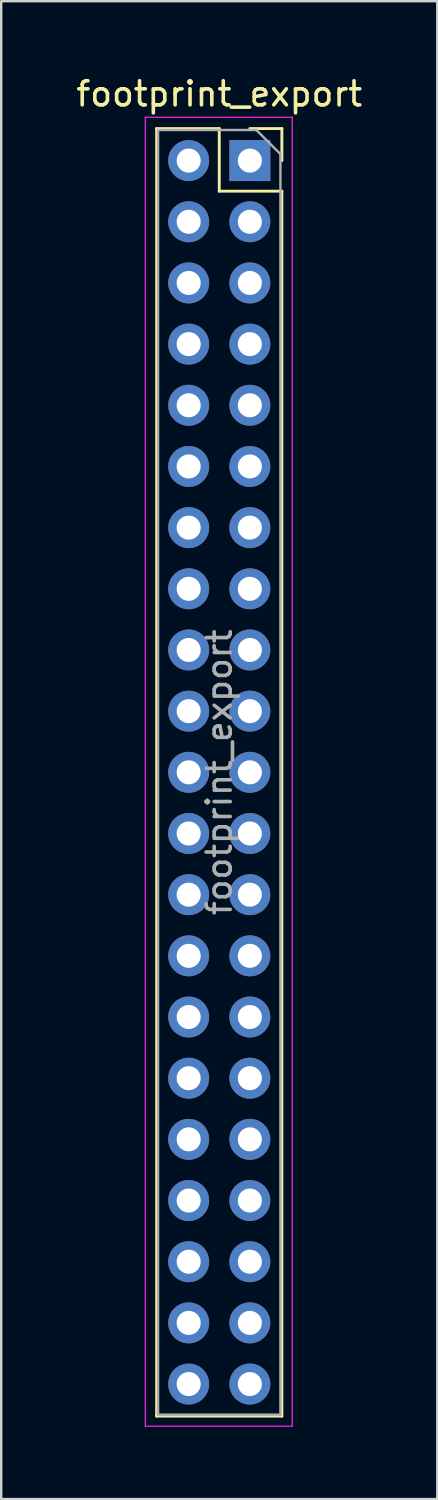
<source format=kicad_pcb>
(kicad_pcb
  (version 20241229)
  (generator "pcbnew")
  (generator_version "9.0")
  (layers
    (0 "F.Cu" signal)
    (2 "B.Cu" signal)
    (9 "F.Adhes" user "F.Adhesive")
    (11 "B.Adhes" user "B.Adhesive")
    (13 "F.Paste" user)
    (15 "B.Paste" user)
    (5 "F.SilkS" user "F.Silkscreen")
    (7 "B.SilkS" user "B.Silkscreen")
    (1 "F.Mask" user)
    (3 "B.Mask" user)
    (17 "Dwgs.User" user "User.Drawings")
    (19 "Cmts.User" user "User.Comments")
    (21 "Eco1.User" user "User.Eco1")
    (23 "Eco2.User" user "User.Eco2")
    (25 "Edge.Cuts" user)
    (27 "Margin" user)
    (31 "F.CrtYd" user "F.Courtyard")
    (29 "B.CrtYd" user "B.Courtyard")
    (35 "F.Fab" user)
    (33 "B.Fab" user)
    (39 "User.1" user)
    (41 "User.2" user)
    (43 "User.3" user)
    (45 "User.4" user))
  (footprint "footprint_export"
    (layer "F.Cu")
    (at 7.324 3.618)
    (property "Reference" "footprint_export" (at -1.27 -2.77 0) (layer "F.SilkS") (effects (font (size 1 1) (thickness 0.15))))
    (attr through_hole)
    (fp_line (start -3.87 -1.33) (end -3.87 52.13) (stroke (width 0.12) (type solid)) (layer "F.SilkS"))
    (fp_line (start -3.87 -1.33) (end -1.27 -1.33) (stroke (width 0.12) (type solid)) (layer "F.SilkS"))
    (fp_line (start -3.87 52.13) (end 1.33 52.13) (stroke (width 0.12) (type solid)) (layer "F.SilkS"))
    (fp_line (start -1.27 -1.33) (end -1.27 1.27) (stroke (width 0.12) (type solid)) (layer "F.SilkS"))
    (fp_line (start -1.27 1.27) (end 1.33 1.27) (stroke (width 0.12) (type solid)) (layer "F.SilkS"))
    (fp_line (start 0 -1.33) (end 1.33 -1.33) (stroke (width 0.12) (type solid)) (layer "F.SilkS"))
    (fp_line (start 1.33 -1.33) (end 1.33 0) (stroke (width 0.12) (type solid)) (layer "F.SilkS"))
    (fp_line (start 1.33 1.27) (end 1.33 52.13) (stroke (width 0.12) (type solid)) (layer "F.SilkS"))
    (fp_line (start -4.34 -1.8) (end 1.76 -1.8) (stroke (width 0.05) (type solid)) (layer "F.CrtYd"))
    (fp_line (start -4.34 52.55) (end -4.34 -1.8) (stroke (width 0.05) (type solid)) (layer "F.CrtYd"))
    (fp_line (start 1.76 -1.8) (end 1.76 52.55) (stroke (width 0.05) (type solid)) (layer "F.CrtYd"))
    (fp_line (start 1.76 52.55) (end -4.34 52.55) (stroke (width 0.05) (type solid)) (layer "F.CrtYd"))
    (fp_line (start -3.81 -1.27) (end 0.27 -1.27) (stroke (width 0.1) (type solid)) (layer "F.Fab"))
    (fp_line (start -3.81 52.07) (end -3.81 -1.27) (stroke (width 0.1) (type solid)) (layer "F.Fab"))
    (fp_line (start 0.27 -1.27) (end 1.27 -0.27) (stroke (width 0.1) (type solid)) (layer "F.Fab"))
    (fp_line (start 1.27 -0.27) (end 1.27 52.07) (stroke (width 0.1) (type solid)) (layer "F.Fab"))
    (fp_line (start 1.27 52.07) (end -3.81 52.07) (stroke (width 0.1) (type solid)) (layer "F.Fab"))
    (fp_text user "${REFERENCE}" (at -1.27 25.4 90) (layer "F.Fab") (effects (font (size 1 1) (thickness 0.15))))
    (pad "1" thru_hole rect (at 0 0) (size 1.7 1.7) (drill 1) (layers "*.Cu" "*.Mask"))
    (pad "2" thru_hole oval (at -2.54 0) (size 1.7 1.7) (drill 1) (layers "*.Cu" "*.Mask"))
    (pad "3" thru_hole oval (at 0 2.54) (size 1.7 1.7) (drill 1) (layers "*.Cu" "*.Mask"))
    (pad "4" thru_hole oval (at -2.54 2.54) (size 1.7 1.7) (drill 1) (layers "*.Cu" "*.Mask"))
    (pad "5" thru_hole oval (at 0 5.08) (size 1.7 1.7) (drill 1) (layers "*.Cu" "*.Mask"))
    (pad "6" thru_hole oval (at -2.54 5.08) (size 1.7 1.7) (drill 1) (layers "*.Cu" "*.Mask"))
    (pad "7" thru_hole oval (at 0 7.62) (size 1.7 1.7) (drill 1) (layers "*.Cu" "*.Mask"))
    (pad "8" thru_hole oval (at -2.54 7.62) (size 1.7 1.7) (drill 1) (layers "*.Cu" "*.Mask"))
    (pad "9" thru_hole oval (at 0 10.16) (size 1.7 1.7) (drill 1) (layers "*.Cu" "*.Mask"))
    (pad "10" thru_hole oval (at -2.54 10.16) (size 1.7 1.7) (drill 1) (layers "*.Cu" "*.Mask"))
    (pad "11" thru_hole oval (at 0 12.7) (size 1.7 1.7) (drill 1) (layers "*.Cu" "*.Mask"))
    (pad "12" thru_hole oval (at -2.54 12.7) (size 1.7 1.7) (drill 1) (layers "*.Cu" "*.Mask"))
    (pad "13" thru_hole oval (at 0 15.24) (size 1.7 1.7) (drill 1) (layers "*.Cu" "*.Mask"))
    (pad "14" thru_hole oval (at -2.54 15.24) (size 1.7 1.7) (drill 1) (layers "*.Cu" "*.Mask"))
    (pad "15" thru_hole oval (at 0 17.78) (size 1.7 1.7) (drill 1) (layers "*.Cu" "*.Mask"))
    (pad "16" thru_hole oval (at -2.54 17.78) (size 1.7 1.7) (drill 1) (layers "*.Cu" "*.Mask"))
    (pad "17" thru_hole oval (at 0 20.32) (size 1.7 1.7) (drill 1) (layers "*.Cu" "*.Mask"))
    (pad "18" thru_hole oval (at -2.54 20.32) (size 1.7 1.7) (drill 1) (layers "*.Cu" "*.Mask"))
    (pad "19" thru_hole oval (at 0 22.86) (size 1.7 1.7) (drill 1) (layers "*.Cu" "*.Mask"))
    (pad "20" thru_hole oval (at -2.54 22.86) (size 1.7 1.7) (drill 1) (layers "*.Cu" "*.Mask"))
    (pad "21" thru_hole oval (at 0 25.4) (size 1.7 1.7) (drill 1) (layers "*.Cu" "*.Mask"))
    (pad "22" thru_hole oval (at -2.54 25.4) (size 1.7 1.7) (drill 1) (layers "*.Cu" "*.Mask"))
    (pad "23" thru_hole oval (at 0 27.94) (size 1.7 1.7) (drill 1) (layers "*.Cu" "*.Mask"))
    (pad "24" thru_hole oval (at -2.54 27.94) (size 1.7 1.7) (drill 1) (layers "*.Cu" "*.Mask"))
    (pad "25" thru_hole oval (at 0 30.48) (size 1.7 1.7) (drill 1) (layers "*.Cu" "*.Mask"))
    (pad "26" thru_hole oval (at -2.54 30.48) (size 1.7 1.7) (drill 1) (layers "*.Cu" "*.Mask"))
    (pad "27" thru_hole oval (at 0 33.02) (size 1.7 1.7) (drill 1) (layers "*.Cu" "*.Mask"))
    (pad "28" thru_hole oval (at -2.54 33.02) (size 1.7 1.7) (drill 1) (layers "*.Cu" "*.Mask"))
    (pad "29" thru_hole oval (at 0 35.56) (size 1.7 1.7) (drill 1) (layers "*.Cu" "*.Mask"))
    (pad "30" thru_hole oval (at -2.54 35.56) (size 1.7 1.7) (drill 1) (layers "*.Cu" "*.Mask"))
    (pad "31" thru_hole oval (at 0 38.1) (size 1.7 1.7) (drill 1) (layers "*.Cu" "*.Mask"))
    (pad "32" thru_hole oval (at -2.54 38.1) (size 1.7 1.7) (drill 1) (layers "*.Cu" "*.Mask"))
    (pad "33" thru_hole oval (at 0 40.64) (size 1.7 1.7) (drill 1) (layers "*.Cu" "*.Mask"))
    (pad "34" thru_hole oval (at -2.54 40.64) (size 1.7 1.7) (drill 1) (layers "*.Cu" "*.Mask"))
    (pad "35" thru_hole oval (at 0 43.18) (size 1.7 1.7) (drill 1) (layers "*.Cu" "*.Mask"))
    (pad "36" thru_hole oval (at -2.54 43.18) (size 1.7 1.7) (drill 1) (layers "*.Cu" "*.Mask"))
    (pad "37" thru_hole oval (at 0 45.72) (size 1.7 1.7) (drill 1) (layers "*.Cu" "*.Mask"))
    (pad "38" thru_hole oval (at -2.54 45.72) (size 1.7 1.7) (drill 1) (layers "*.Cu" "*.Mask"))
    (pad "39" thru_hole oval (at 0 48.26) (size 1.7 1.7) (drill 1) (layers "*.Cu" "*.Mask"))
    (pad "40" thru_hole oval (at -2.54 48.26) (size 1.7 1.7) (drill 1) (layers "*.Cu" "*.Mask"))
    (pad "41" thru_hole oval (at 0 50.8) (size 1.7 1.7) (drill 1) (layers "*.Cu" "*.Mask"))
    (pad "42" thru_hole oval (at -2.54 50.8) (size 1.7 1.7) (drill 1) (layers "*.Cu" "*.Mask")))
  (gr_rect
    (start -3 -3)
    (end 15.107 59.193)
    (stroke (width 0.1) (type default))
    (fill no)
    (layer "Edge.Cuts")))
</source>
